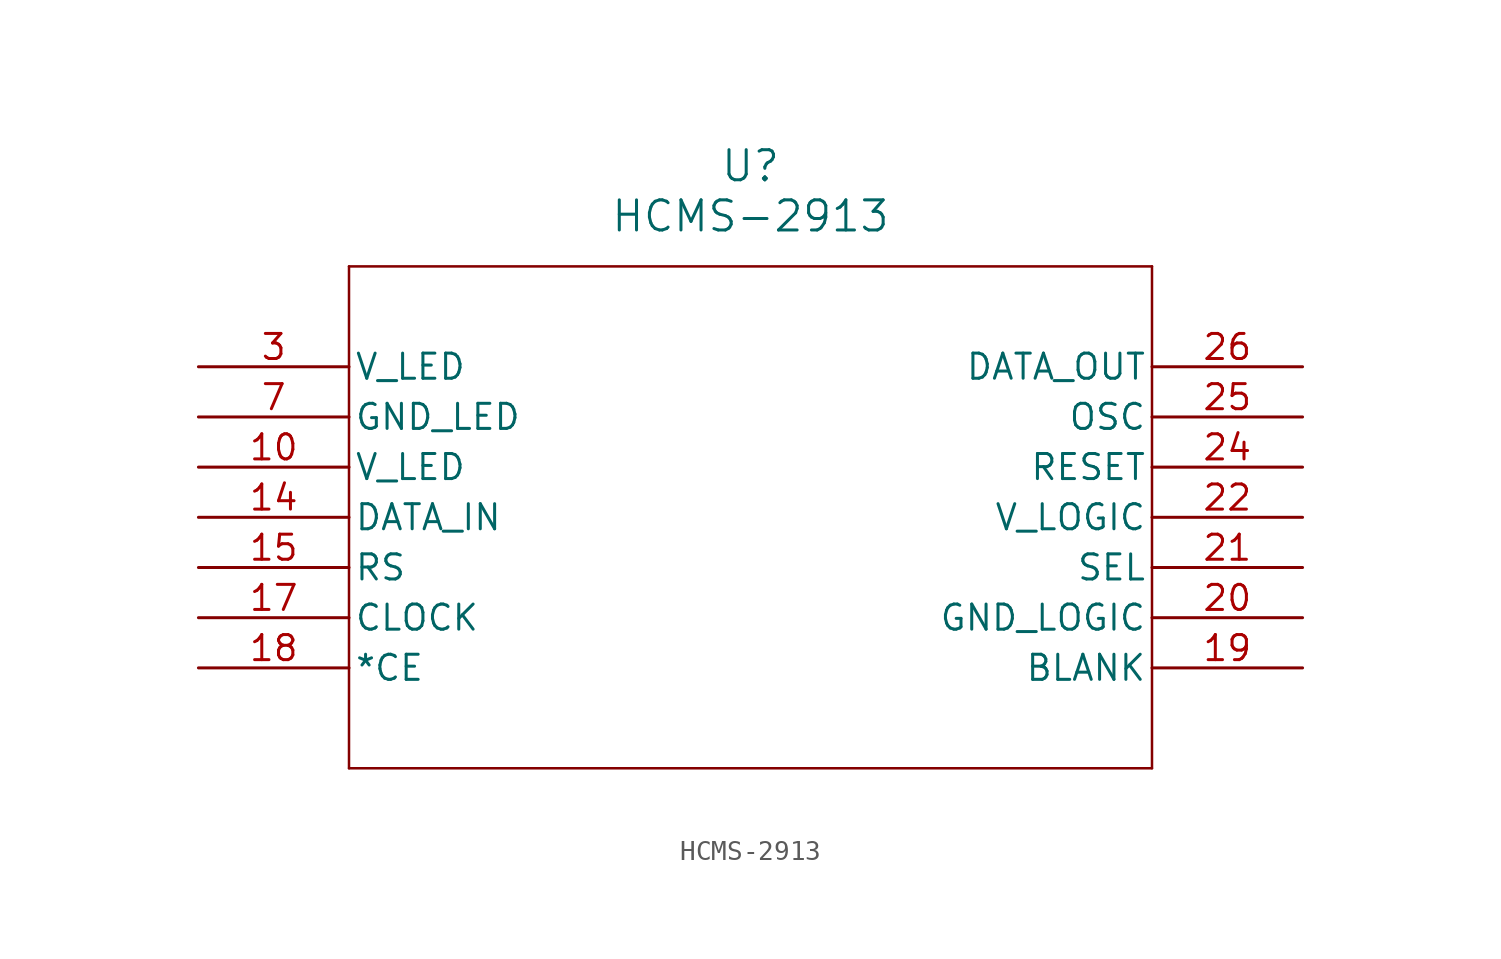
<source format=kicad_sym>
(kicad_symbol_lib
  (version 20211014)
  (generator kicad_symbol_editor)
  (symbol "HCMS-2913"
    (pin_names
      (offset 0.254))
    (property "Reference" "U"
      (at 27.94 10.16 0)
      (effects (font (size 1.524 1.524))))
    (property "Value" "HCMS-2913"
      (at 27.94 7.62 0)
      (effects (font (size 1.524 1.524))))
    (symbol "HCMS-2913_0_1"
      (polyline (pts (xy 7.62 5.08) (xy 7.62 -20.32)) (stroke (width 0.127) (type default) (color 0 0 0 0)) (fill (type none)))
      (polyline (pts (xy 7.62 -20.32) (xy 48.26 -20.32)) (stroke (width 0.127) (type default) (color 0 0 0 0)) (fill (type none)))
      (polyline (pts (xy 48.26 -20.32) (xy 48.26 5.08)) (stroke (width 0.127) (type default) (color 0 0 0 0)) (fill (type none)))
      (polyline (pts (xy 48.26 5.08) (xy 7.62 5.08)) (stroke (width 0.127) (type default) (color 0 0 0 0)) (fill (type none)))
      (pin power_in line (at 0 0 0) (length 7.62) (name "V LED" (effects (font (size 1.27 1.27)))) (number "3" (effects (font (size 1.27 1.27)))))
      (pin power_out line (at 0 -2.54 0) (length 7.62) (name "GND LED" (effects (font (size 1.27 1.27)))) (number "7" (effects (font (size 1.27 1.27)))))
      (pin power_in line (at 0 -5.08 0) (length 7.62) (name "V LED" (effects (font (size 1.27 1.27)))) (number "10" (effects (font (size 1.27 1.27)))))
      (pin input line (at 0 -7.62 0) (length 7.62) (name "DATA IN" (effects (font (size 1.27 1.27)))) (number "14" (effects (font (size 1.27 1.27)))))
      (pin unspecified line (at 0 -10.16 0) (length 7.62) (name "RS" (effects (font (size 1.27 1.27)))) (number "15" (effects (font (size 1.27 1.27)))))
      (pin input line (at 0 -12.7 0) (length 7.62) (name "CLOCK" (effects (font (size 1.27 1.27)))) (number "17" (effects (font (size 1.27 1.27)))))
      (pin input line (at 0 -15.24 0) (length 7.62) (name "*CE" (effects (font (size 1.27 1.27)))) (number "18" (effects (font (size 1.27 1.27)))))
      (pin unspecified line (at 55.88 -15.24 180) (length 7.62) (name "BLANK" (effects (font (size 1.27 1.27)))) (number "19" (effects (font (size 1.27 1.27)))))
      (pin power_out line (at 55.88 -12.7 180) (length 7.62) (name "GND LOGIC" (effects (font (size 1.27 1.27)))) (number "20" (effects (font (size 1.27 1.27)))))
      (pin unspecified line (at 55.88 -10.16 180) (length 7.62) (name "SEL" (effects (font (size 1.27 1.27)))) (number "21" (effects (font (size 1.27 1.27)))))
      (pin power_in line (at 55.88 -7.62 180) (length 7.62) (name "V LOGIC" (effects (font (size 1.27 1.27)))) (number "22" (effects (font (size 1.27 1.27)))))
      (pin unspecified line (at 55.88 -5.08 180) (length 7.62) (name "RESET" (effects (font (size 1.27 1.27)))) (number "24" (effects (font (size 1.27 1.27)))))
      (pin output line (at 55.88 -2.54 180) (length 7.62) (name "OSC" (effects (font (size 1.27 1.27)))) (number "25" (effects (font (size 1.27 1.27)))))
      (pin output line (at 55.88 0 180) (length 7.62) (name "DATA OUT" (effects (font (size 1.27 1.27)))) (number "26" (effects (font (size 1.27 1.27))))))))
</source>
